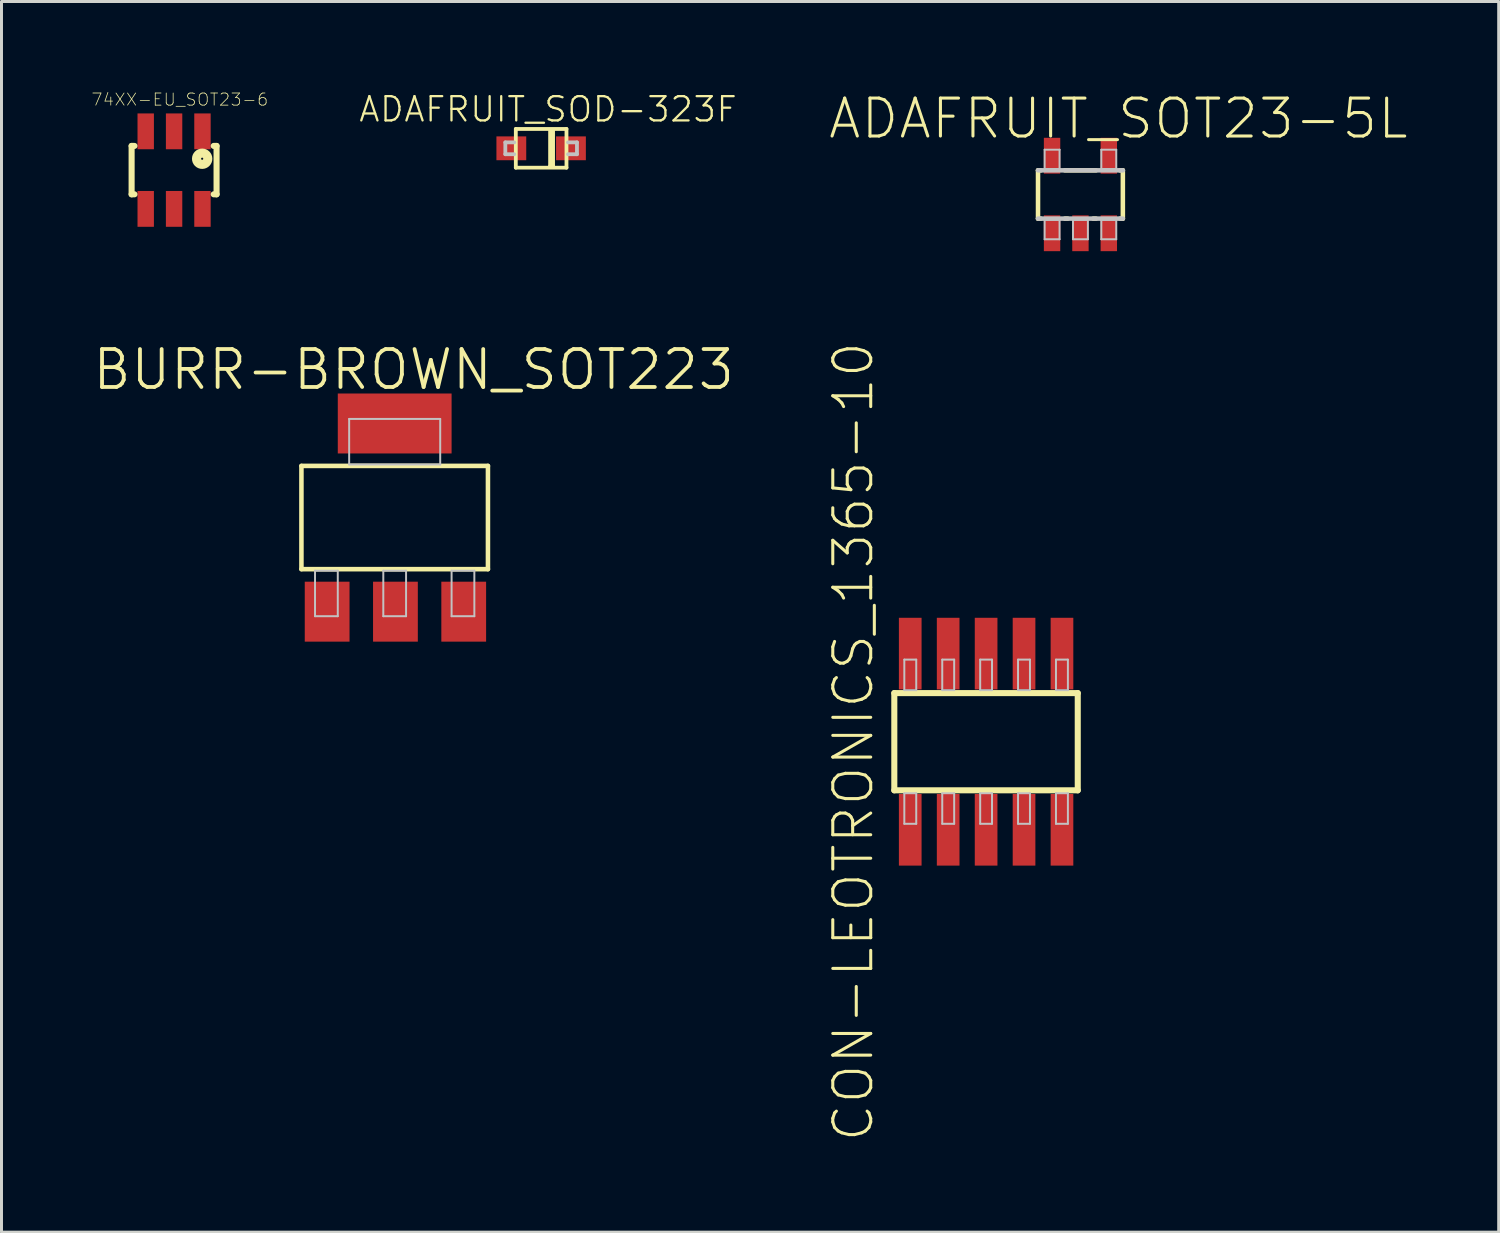
<source format=kicad_pcb>
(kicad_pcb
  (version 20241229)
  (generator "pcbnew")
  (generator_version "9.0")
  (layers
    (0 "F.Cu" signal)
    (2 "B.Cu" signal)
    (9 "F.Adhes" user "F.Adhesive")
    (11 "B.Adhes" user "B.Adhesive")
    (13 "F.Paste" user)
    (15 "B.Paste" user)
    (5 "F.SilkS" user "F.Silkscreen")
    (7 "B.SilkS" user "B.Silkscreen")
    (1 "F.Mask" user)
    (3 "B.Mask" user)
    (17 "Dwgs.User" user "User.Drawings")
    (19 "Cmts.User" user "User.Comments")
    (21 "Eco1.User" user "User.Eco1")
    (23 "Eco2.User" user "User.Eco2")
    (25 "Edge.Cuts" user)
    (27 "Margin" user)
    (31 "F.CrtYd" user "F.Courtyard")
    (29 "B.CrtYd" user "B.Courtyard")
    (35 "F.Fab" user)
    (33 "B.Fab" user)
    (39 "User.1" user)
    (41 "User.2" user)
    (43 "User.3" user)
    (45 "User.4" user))
  (footprint "ADAFRUIT_SOD-323F"
    (layer "F.Cu")
    (at 15.066 1.915)
    (property "Reference" "ADAFRUIT_SOD-323F" (at 0.231 -1.306 0) (layer "F.SilkS") (effects (font (size 0.813 0.813) (thickness 0.076))))
    (attr smd)
    (fp_line (start -0.848 -0.648) (end 0.848 -0.648) (stroke (width 0.127) (type solid)) (layer "F.SilkS"))
    (fp_line (start -0.848 0.648) (end -0.848 -0.648) (stroke (width 0.127) (type solid)) (layer "F.SilkS"))
    (fp_line (start 0.3 0.599) (end 0.3 -0.599) (stroke (width 0.127) (type solid)) (layer "F.SilkS"))
    (fp_line (start 0.399 -0.599) (end 0.399 0.599) (stroke (width 0.127) (type solid)) (layer "F.SilkS"))
    (fp_line (start 0.399 0.599) (end 0.3 0.599) (stroke (width 0.127) (type solid)) (layer "F.SilkS"))
    (fp_line (start 0.848 -0.648) (end 0.848 0.648) (stroke (width 0.127) (type solid)) (layer "F.SilkS"))
    (fp_line (start 0.848 0.648) (end -0.848 0.648) (stroke (width 0.127) (type solid)) (layer "F.SilkS"))
    (fp_line (start -1.199 -0.198) (end -1.199 0.198) (stroke (width 0.127) (type solid)) (layer "Dwgs.User"))
    (fp_line (start -1.199 0.198) (end -0.899 0.198) (stroke (width 0.127) (type solid)) (layer "Dwgs.User"))
    (fp_line (start -0.899 -0.198) (end -1.199 -0.198) (stroke (width 0.127) (type solid)) (layer "Dwgs.User"))
    (fp_line (start 0.899 -0.198) (end 1.199 -0.198) (stroke (width 0.127) (type solid)) (layer "Dwgs.User"))
    (fp_line (start 1.199 -0.198) (end 1.199 0.198) (stroke (width 0.127) (type solid)) (layer "Dwgs.User"))
    (fp_line (start 1.199 0.198) (end 0.899 0.198) (stroke (width 0.127) (type solid)) (layer "Dwgs.User"))
    (pad "A" smd rect (at -0.998 0) (size 0.998 0.798) (layers "F.Cu" "F.Mask" "F.Paste"))
    (pad "C" smd rect (at 0.998 0) (size 0.998 0.798) (layers "F.Cu" "F.Mask" "F.Paste")))
  (footprint "ADAFRUIT_SOT23-5L"
    (layer "F.Cu")
    (at 33.12 3.461)
    (property "Reference" "ADAFRUIT_SOT23-5L" (at 1.27 -2.54 0) (layer "F.SilkS") (effects (font (size 1.27 1.27) (thickness 0.102))))
    (attr smd)
    (fp_line (start -1.42 -0.808) (end -1.326 -0.808) (stroke (width 0.152) (type solid)) (layer "F.SilkS"))
    (fp_line (start -1.42 0.808) (end -1.42 -0.808) (stroke (width 0.152) (type solid)) (layer "F.SilkS"))
    (fp_line (start -1.326 0.808) (end -1.42 0.808) (stroke (width 0.152) (type solid)) (layer "F.SilkS"))
    (fp_line (start -0.521 -0.808) (end 0.521 -0.808) (stroke (width 0.152) (type solid)) (layer "F.SilkS"))
    (fp_line (start -0.427 0.808) (end -0.521 0.808) (stroke (width 0.152) (type solid)) (layer "F.SilkS"))
    (fp_line (start 0.521 0.808) (end 0.427 0.808) (stroke (width 0.152) (type solid)) (layer "F.SilkS"))
    (fp_line (start 1.326 -0.808) (end 1.42 -0.808) (stroke (width 0.152) (type solid)) (layer "F.SilkS"))
    (fp_line (start 1.42 -0.808) (end 1.42 0.808) (stroke (width 0.152) (type solid)) (layer "F.SilkS"))
    (fp_line (start 1.42 0.808) (end 1.326 0.808) (stroke (width 0.152) (type solid)) (layer "F.SilkS"))
    (fp_line (start -1.42 -0.808) (end 1.42 -0.808) (stroke (width 0.152) (type solid)) (layer "Dwgs.User"))
    (fp_line (start -1.199 -1.499) (end -0.699 -1.499) (stroke (width 0.066) (type solid)) (layer "Dwgs.User"))
    (fp_line (start -1.199 -0.848) (end -1.199 -1.499) (stroke (width 0.066) (type solid)) (layer "Dwgs.User"))
    (fp_line (start -1.199 -0.848) (end -0.699 -0.848) (stroke (width 0.066) (type solid)) (layer "Dwgs.User"))
    (fp_line (start -1.199 0.848) (end -0.699 0.848) (stroke (width 0.066) (type solid)) (layer "Dwgs.User"))
    (fp_line (start -1.199 1.499) (end -1.199 0.848) (stroke (width 0.066) (type solid)) (layer "Dwgs.User"))
    (fp_line (start -1.199 1.499) (end -0.699 1.499) (stroke (width 0.066) (type solid)) (layer "Dwgs.User"))
    (fp_line (start -0.699 -0.848) (end -0.699 -1.499) (stroke (width 0.066) (type solid)) (layer "Dwgs.User"))
    (fp_line (start -0.699 1.499) (end -0.699 0.848) (stroke (width 0.066) (type solid)) (layer "Dwgs.User"))
    (fp_line (start -0.249 0.848) (end 0.249 0.848) (stroke (width 0.066) (type solid)) (layer "Dwgs.User"))
    (fp_line (start -0.249 1.499) (end -0.249 0.848) (stroke (width 0.066) (type solid)) (layer "Dwgs.User"))
    (fp_line (start -0.249 1.499) (end 0.249 1.499) (stroke (width 0.066) (type solid)) (layer "Dwgs.User"))
    (fp_line (start 0.249 1.499) (end 0.249 0.848) (stroke (width 0.066) (type solid)) (layer "Dwgs.User"))
    (fp_line (start 0.699 -1.499) (end 1.199 -1.499) (stroke (width 0.066) (type solid)) (layer "Dwgs.User"))
    (fp_line (start 0.699 -0.848) (end 0.699 -1.499) (stroke (width 0.066) (type solid)) (layer "Dwgs.User"))
    (fp_line (start 0.699 -0.848) (end 1.199 -0.848) (stroke (width 0.066) (type solid)) (layer "Dwgs.User"))
    (fp_line (start 0.699 0.848) (end 1.199 0.848) (stroke (width 0.066) (type solid)) (layer "Dwgs.User"))
    (fp_line (start 0.699 1.499) (end 0.699 0.848) (stroke (width 0.066) (type solid)) (layer "Dwgs.User"))
    (fp_line (start 0.699 1.499) (end 1.199 1.499) (stroke (width 0.066) (type solid)) (layer "Dwgs.User"))
    (fp_line (start 1.199 -0.848) (end 1.199 -1.499) (stroke (width 0.066) (type solid)) (layer "Dwgs.User"))
    (fp_line (start 1.199 1.499) (end 1.199 0.848) (stroke (width 0.066) (type solid)) (layer "Dwgs.User"))
    (fp_line (start 1.42 0.808) (end -1.42 0.808) (stroke (width 0.152) (type solid)) (layer "Dwgs.User"))
    (pad "1" smd rect (at -0.95 1.298) (size 0.549 1.199) (layers "F.Cu" "F.Mask" "F.Paste"))
    (pad "2" smd rect (at 0 1.298) (size 0.549 1.199) (layers "F.Cu" "F.Mask" "F.Paste"))
    (pad "3" smd rect (at 0.95 1.298) (size 0.549 1.199) (layers "F.Cu" "F.Mask" "F.Paste"))
    (pad "4" smd rect (at 0.95 -1.298) (size 0.549 1.199) (layers "F.Cu" "F.Mask" "F.Paste"))
    (pad "5" smd rect (at -0.95 -1.298) (size 0.549 1.199) (layers "F.Cu" "F.Mask" "F.Paste")))
  (footprint "CON-LEOTRONICS_1365-10"
    (layer "F.Cu")
    (at 29.962 21.78)
    (property "Reference" "CON-LEOTRONICS_1365-10" (at -4.445 0 90) (layer "F.SilkS") (effects (font (size 1.27 1.27) (thickness 0.102))))
    (attr smd)
    (fp_line (start -3.073 -1.628) (end 3.068 -1.628) (stroke (width 0.203) (type solid)) (layer "F.SilkS"))
    (fp_line (start -3.073 1.628) (end -3.073 -1.628) (stroke (width 0.203) (type solid)) (layer "F.SilkS"))
    (fp_line (start 3.068 -1.628) (end 3.068 1.628) (stroke (width 0.203) (type solid)) (layer "F.SilkS"))
    (fp_line (start 3.068 1.628) (end -3.073 1.628) (stroke (width 0.203) (type solid)) (layer "F.SilkS"))
    (fp_line (start -2.738 -2.748) (end -2.339 -2.748) (stroke (width 0.066) (type solid)) (layer "Dwgs.User"))
    (fp_line (start -2.738 -1.725) (end -2.738 -2.748) (stroke (width 0.066) (type solid)) (layer "Dwgs.User"))
    (fp_line (start -2.738 -1.725) (end -2.339 -1.725) (stroke (width 0.066) (type solid)) (layer "Dwgs.User"))
    (fp_line (start -2.738 1.725) (end -2.339 1.725) (stroke (width 0.066) (type solid)) (layer "Dwgs.User"))
    (fp_line (start -2.738 2.748) (end -2.738 1.725) (stroke (width 0.066) (type solid)) (layer "Dwgs.User"))
    (fp_line (start -2.738 2.748) (end -2.339 2.748) (stroke (width 0.066) (type solid)) (layer "Dwgs.User"))
    (fp_line (start -2.339 -1.725) (end -2.339 -2.748) (stroke (width 0.066) (type solid)) (layer "Dwgs.User"))
    (fp_line (start -2.339 2.748) (end -2.339 1.725) (stroke (width 0.066) (type solid)) (layer "Dwgs.User"))
    (fp_line (start -1.468 -2.748) (end -1.069 -2.748) (stroke (width 0.066) (type solid)) (layer "Dwgs.User"))
    (fp_line (start -1.468 -1.725) (end -1.468 -2.748) (stroke (width 0.066) (type solid)) (layer "Dwgs.User"))
    (fp_line (start -1.468 -1.725) (end -1.069 -1.725) (stroke (width 0.066) (type solid)) (layer "Dwgs.User"))
    (fp_line (start -1.468 1.725) (end -1.069 1.725) (stroke (width 0.066) (type solid)) (layer "Dwgs.User"))
    (fp_line (start -1.468 2.748) (end -1.468 1.725) (stroke (width 0.066) (type solid)) (layer "Dwgs.User"))
    (fp_line (start -1.468 2.748) (end -1.069 2.748) (stroke (width 0.066) (type solid)) (layer "Dwgs.User"))
    (fp_line (start -1.069 -1.725) (end -1.069 -2.748) (stroke (width 0.066) (type solid)) (layer "Dwgs.User"))
    (fp_line (start -1.069 2.748) (end -1.069 1.725) (stroke (width 0.066) (type solid)) (layer "Dwgs.User"))
    (fp_line (start -0.198 -2.748) (end 0.198 -2.748) (stroke (width 0.066) (type solid)) (layer "Dwgs.User"))
    (fp_line (start -0.198 -1.725) (end -0.198 -2.748) (stroke (width 0.066) (type solid)) (layer "Dwgs.User"))
    (fp_line (start -0.198 -1.725) (end 0.198 -1.725) (stroke (width 0.066) (type solid)) (layer "Dwgs.User"))
    (fp_line (start -0.198 1.725) (end 0.198 1.725) (stroke (width 0.066) (type solid)) (layer "Dwgs.User"))
    (fp_line (start -0.198 2.748) (end -0.198 1.725) (stroke (width 0.066) (type solid)) (layer "Dwgs.User"))
    (fp_line (start -0.198 2.748) (end 0.198 2.748) (stroke (width 0.066) (type solid)) (layer "Dwgs.User"))
    (fp_line (start 0.198 -1.725) (end 0.198 -2.748) (stroke (width 0.066) (type solid)) (layer "Dwgs.User"))
    (fp_line (start 0.198 2.748) (end 0.198 1.725) (stroke (width 0.066) (type solid)) (layer "Dwgs.User"))
    (fp_line (start 1.069 -2.748) (end 1.468 -2.748) (stroke (width 0.066) (type solid)) (layer "Dwgs.User"))
    (fp_line (start 1.069 -1.725) (end 1.069 -2.748) (stroke (width 0.066) (type solid)) (layer "Dwgs.User"))
    (fp_line (start 1.069 -1.725) (end 1.468 -1.725) (stroke (width 0.066) (type solid)) (layer "Dwgs.User"))
    (fp_line (start 1.069 1.725) (end 1.468 1.725) (stroke (width 0.066) (type solid)) (layer "Dwgs.User"))
    (fp_line (start 1.069 2.748) (end 1.069 1.725) (stroke (width 0.066) (type solid)) (layer "Dwgs.User"))
    (fp_line (start 1.069 2.748) (end 1.468 2.748) (stroke (width 0.066) (type solid)) (layer "Dwgs.User"))
    (fp_line (start 1.468 -1.725) (end 1.468 -2.748) (stroke (width 0.066) (type solid)) (layer "Dwgs.User"))
    (fp_line (start 1.468 2.748) (end 1.468 1.725) (stroke (width 0.066) (type solid)) (layer "Dwgs.User"))
    (fp_line (start 2.339 -2.748) (end 2.738 -2.748) (stroke (width 0.066) (type solid)) (layer "Dwgs.User"))
    (fp_line (start 2.339 -1.725) (end 2.339 -2.748) (stroke (width 0.066) (type solid)) (layer "Dwgs.User"))
    (fp_line (start 2.339 -1.725) (end 2.738 -1.725) (stroke (width 0.066) (type solid)) (layer "Dwgs.User"))
    (fp_line (start 2.339 1.725) (end 2.738 1.725) (stroke (width 0.066) (type solid)) (layer "Dwgs.User"))
    (fp_line (start 2.339 2.748) (end 2.339 1.725) (stroke (width 0.066) (type solid)) (layer "Dwgs.User"))
    (fp_line (start 2.339 2.748) (end 2.738 2.748) (stroke (width 0.066) (type solid)) (layer "Dwgs.User"))
    (fp_line (start 2.738 -1.725) (end 2.738 -2.748) (stroke (width 0.066) (type solid)) (layer "Dwgs.User"))
    (fp_line (start 2.738 2.748) (end 2.738 1.725) (stroke (width 0.066) (type solid)) (layer "Dwgs.User"))
    (pad "1" smd rect (at -2.54 2.949) (size 0.759 2.398) (layers "F.Cu" "F.Mask" "F.Paste"))
    (pad "2" smd rect (at -2.54 -2.949) (size 0.759 2.398) (layers "F.Cu" "F.Mask" "F.Paste"))
    (pad "3" smd rect (at -1.27 2.949) (size 0.759 2.398) (layers "F.Cu" "F.Mask" "F.Paste"))
    (pad "4" smd rect (at -1.27 -2.949) (size 0.759 2.398) (layers "F.Cu" "F.Mask" "F.Paste"))
    (pad "5" smd rect (at 0 2.949) (size 0.759 2.398) (layers "F.Cu" "F.Mask" "F.Paste"))
    (pad "6" smd rect (at 0 -2.949) (size 0.759 2.398) (layers "F.Cu" "F.Mask" "F.Paste"))
    (pad "7" smd rect (at 1.27 2.949) (size 0.759 2.398) (layers "F.Cu" "F.Mask" "F.Paste"))
    (pad "8" smd rect (at 1.27 -2.949) (size 0.759 2.398) (layers "F.Cu" "F.Mask" "F.Paste"))
    (pad "9" smd rect (at 2.54 2.949) (size 0.759 2.398) (layers "F.Cu" "F.Mask" "F.Paste"))
    (pad "10" smd rect (at 2.54 -2.949) (size 0.759 2.398) (layers "F.Cu" "F.Mask" "F.Paste")))
  (footprint "74XX-EU_SOT23-6"
    (layer "F.Cu")
    (at 2.778 2.645)
    (property "Reference" "74XX-EU_SOT23-6" (at 0.191 -2.362 0) (layer "F.SilkS") (effects (font (size 0.406 0.406) (thickness 0.025))))
    (attr smd)
    (fp_line (start -1.422 -0.81) (end -1.326 -0.81) (stroke (width 0.203) (type solid)) (layer "F.SilkS"))
    (fp_line (start -1.422 0.81) (end -1.422 -0.81) (stroke (width 0.203) (type solid)) (layer "F.SilkS"))
    (fp_line (start -1.326 0.81) (end -1.422 0.81) (stroke (width 0.203) (type solid)) (layer "F.SilkS"))
    (fp_line (start 1.326 -0.81) (end 1.422 -0.81) (stroke (width 0.203) (type solid)) (layer "F.SilkS"))
    (fp_line (start 1.422 -0.81) (end 1.422 0.81) (stroke (width 0.203) (type solid)) (layer "F.SilkS"))
    (fp_line (start 1.422 0.81) (end 1.326 0.81) (stroke (width 0.203) (type solid)) (layer "F.SilkS"))
    (fp_circle (center 0.94 -0.381) (end 0.94 -0.417) (stroke (width 0.305) (type solid)) (fill no) (layer "F.SilkS"))
    (pad "1" smd rect (at 0.95 -1.298) (size 0.549 1.199) (layers "F.Cu" "F.Mask" "F.Paste"))
    (pad "2" smd rect (at 0 -1.298 180) (size 0.549 1.199) (layers "F.Cu" "F.Mask" "F.Paste"))
    (pad "3" smd rect (at -0.95 -1.298) (size 0.549 1.199) (layers "F.Cu" "F.Mask" "F.Paste"))
    (pad "4" smd rect (at -0.95 1.298) (size 0.549 1.199) (layers "F.Cu" "F.Mask" "F.Paste"))
    (pad "5" smd rect (at 0 1.298) (size 0.549 1.199) (layers "F.Cu" "F.Mask" "F.Paste"))
    (pad "6" smd rect (at 0.95 1.298) (size 0.549 1.199) (layers "F.Cu" "F.Mask" "F.Paste")))
  (footprint "BURR-BROWN_SOT223"
    (layer "F.Cu")
    (at 10.163 14.277)
    (property "Reference" "BURR-BROWN_SOT223" (at 0.635 -4.953 0) (layer "F.SilkS") (effects (font (size 1.27 1.27) (thickness 0.127))))
    (attr smd)
    (fp_line (start -3.122 -1.73) (end -3.122 1.727) (stroke (width 0.152) (type solid)) (layer "F.SilkS"))
    (fp_line (start -3.122 -1.73) (end 3.122 -1.73) (stroke (width 0.152) (type solid)) (layer "F.SilkS"))
    (fp_line (start 3.122 1.727) (end -3.122 1.727) (stroke (width 0.152) (type solid)) (layer "F.SilkS"))
    (fp_line (start 3.122 1.727) (end 3.122 -1.73) (stroke (width 0.152) (type solid)) (layer "F.SilkS"))
    (fp_line (start -2.667 1.778) (end -1.905 1.778) (stroke (width 0.066) (type solid)) (layer "Dwgs.User"))
    (fp_line (start -2.667 3.302) (end -2.667 1.778) (stroke (width 0.066) (type solid)) (layer "Dwgs.User"))
    (fp_line (start -2.667 3.302) (end -1.905 3.302) (stroke (width 0.066) (type solid)) (layer "Dwgs.User"))
    (fp_line (start -1.905 3.302) (end -1.905 1.778) (stroke (width 0.066) (type solid)) (layer "Dwgs.User"))
    (fp_line (start -1.524 -3.302) (end 1.524 -3.302) (stroke (width 0.066) (type solid)) (layer "Dwgs.User"))
    (fp_line (start -1.524 -1.778) (end -1.524 -3.302) (stroke (width 0.066) (type solid)) (layer "Dwgs.User"))
    (fp_line (start -1.524 -1.778) (end 1.524 -1.778) (stroke (width 0.066) (type solid)) (layer "Dwgs.User"))
    (fp_line (start -0.381 1.778) (end 0.381 1.778) (stroke (width 0.066) (type solid)) (layer "Dwgs.User"))
    (fp_line (start -0.381 3.302) (end -0.381 1.778) (stroke (width 0.066) (type solid)) (layer "Dwgs.User"))
    (fp_line (start -0.381 3.302) (end 0.381 3.302) (stroke (width 0.066) (type solid)) (layer "Dwgs.User"))
    (fp_line (start 0.381 3.302) (end 0.381 1.778) (stroke (width 0.066) (type solid)) (layer "Dwgs.User"))
    (fp_line (start 1.524 -1.778) (end 1.524 -3.302) (stroke (width 0.066) (type solid)) (layer "Dwgs.User"))
    (fp_line (start 1.905 1.778) (end 2.667 1.778) (stroke (width 0.066) (type solid)) (layer "Dwgs.User"))
    (fp_line (start 1.905 3.302) (end 1.905 1.778) (stroke (width 0.066) (type solid)) (layer "Dwgs.User"))
    (fp_line (start 1.905 3.302) (end 2.667 3.302) (stroke (width 0.066) (type solid)) (layer "Dwgs.User"))
    (fp_line (start 2.667 3.302) (end 2.667 1.778) (stroke (width 0.066) (type solid)) (layer "Dwgs.User"))
    (pad "1" smd rect (at -2.261 3.15) (size 1.499 2.007) (layers "F.Cu" "F.Mask" "F.Paste"))
    (pad "2" smd rect (at 0.025 3.15) (size 1.499 2.007) (layers "F.Cu" "F.Mask" "F.Paste"))
    (pad "3" smd rect (at 2.311 3.15) (size 1.499 2.007) (layers "F.Cu" "F.Mask" "F.Paste"))
    (pad "4" smd rect (at 0 -3.15) (size 3.81 2.007) (layers "F.Cu" "F.Mask" "F.Paste")))
  (gr_rect
    (start -3 -3)
    (end 47.122 38.2)
    (stroke (width 0.1) (type default))
    (fill no)
    (layer "Edge.Cuts")))
</source>
